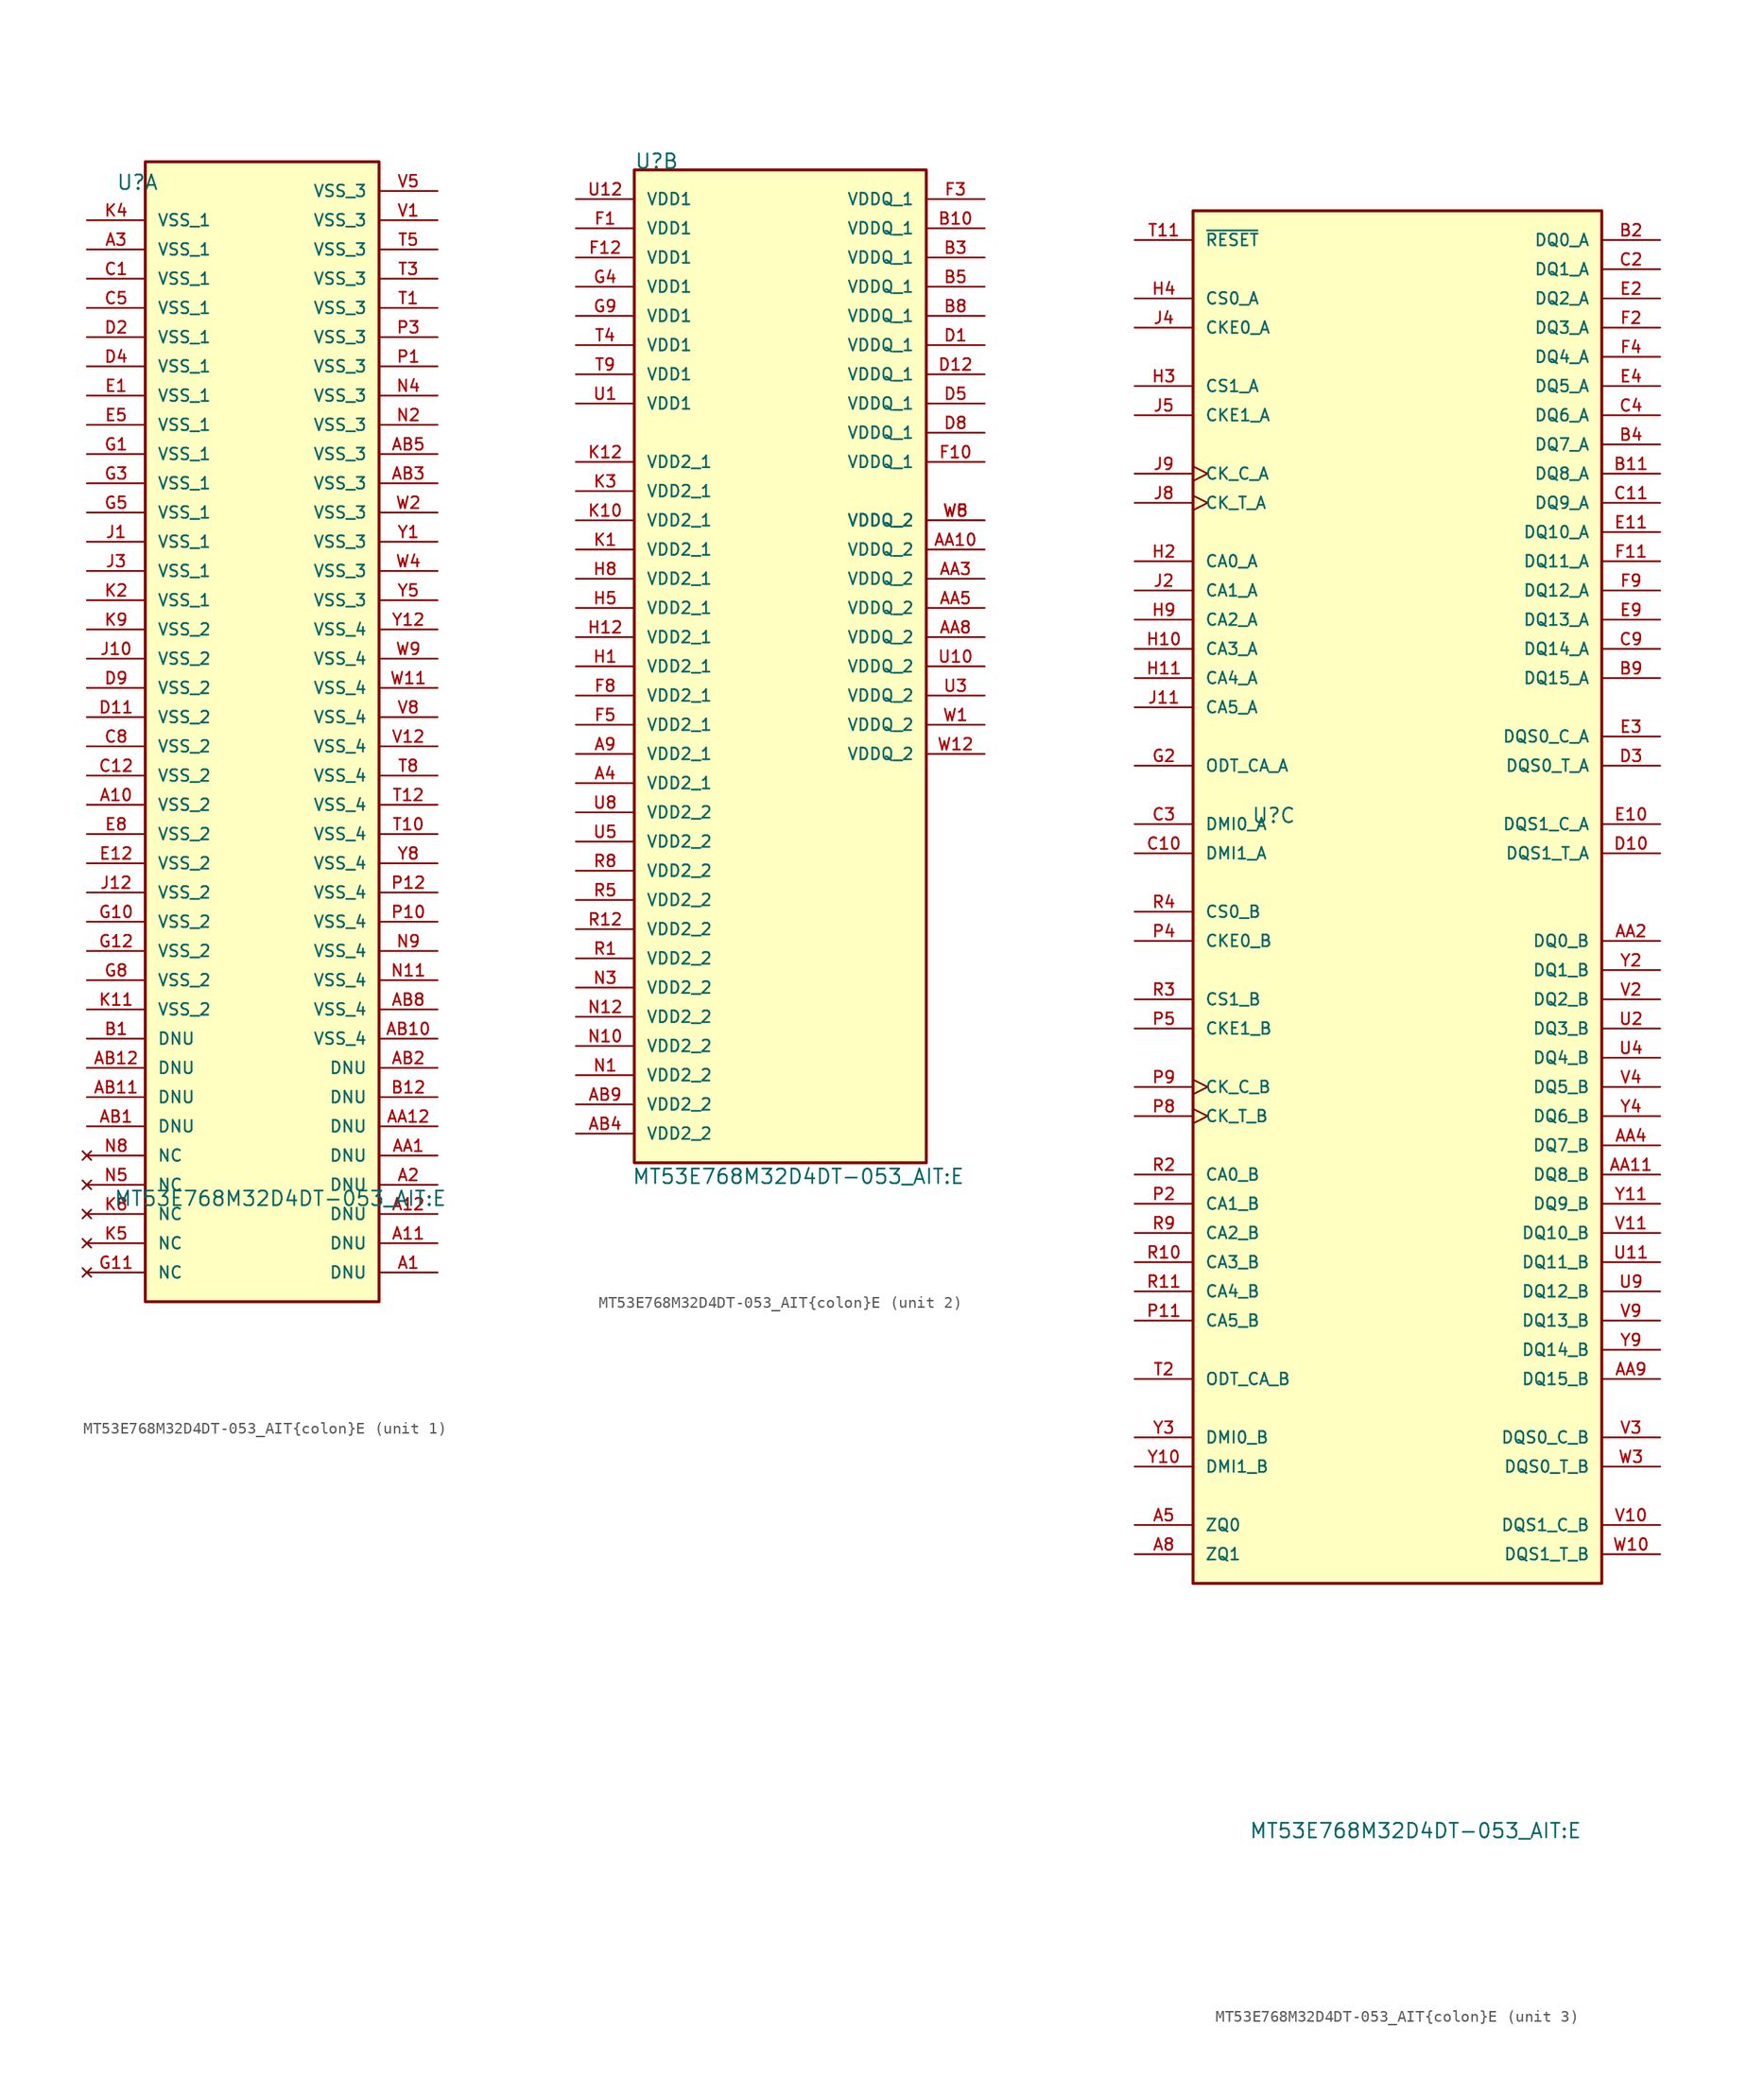
<source format=kicad_sym>
(kicad_symbol_lib
  (version 20220914)
  (generator kicad_symbol_editor)
  (symbol "MT53E768M32D4DT-053_AIT{colon}E"
    (pin_names
      (offset 1.016))
    (property "Reference" "U"
      (at -12.7 5.08 0)
      (effects (font (size 1.27 1.27)) (justify left bottom)))
    (property "Value" "MT53E768M32D4DT-053_AIT{colon}E"
      (at -12.918 -81.729 0)
      (effects (font (size 1.27 1.27)) (justify left top)))
    (symbol "MT53E768M32D4DT-053_AIT{colon}E_1_0"
      (rectangle (start -10.16 7.62) (end 10.16 -91.44) (stroke (width 0.254) (type default)) (fill (type background)))
      (pin passive line (at 15.24 -88.9 180) (length 5.08) (name "DNU" (effects (font (size 1.016 1.016)))) (number "A1" (effects (font (size 1.016 1.016)))))
      (pin power_in line (at -15.24 -48.26 0) (length 5.08) (name "VSS_2" (effects (font (size 1.016 1.016)))) (number "A10" (effects (font (size 1.016 1.016)))))
      (pin passive line (at 15.24 -86.36 180) (length 5.08) (name "DNU" (effects (font (size 1.016 1.016)))) (number "A11" (effects (font (size 1.016 1.016)))))
      (pin passive line (at 15.24 -83.82 180) (length 5.08) (name "DNU" (effects (font (size 1.016 1.016)))) (number "A12" (effects (font (size 1.016 1.016)))))
      (pin passive line (at 15.24 -81.28 180) (length 5.08) (name "DNU" (effects (font (size 1.016 1.016)))) (number "A2" (effects (font (size 1.016 1.016)))))
      (pin power_in line (at -15.24 0 0) (length 5.08) (name "VSS_1" (effects (font (size 1.016 1.016)))) (number "A3" (effects (font (size 1.016 1.016)))))
      (pin passive line (at 15.24 -78.74 180) (length 5.08) (name "DNU" (effects (font (size 1.016 1.016)))) (number "AA1" (effects (font (size 1.016 1.016)))))
      (pin passive line (at 15.24 -76.2 180) (length 5.08) (name "DNU" (effects (font (size 1.016 1.016)))) (number "AA12" (effects (font (size 1.016 1.016)))))
      (pin passive line (at -15.24 -76.2 0) (length 5.08) (name "DNU" (effects (font (size 1.016 1.016)))) (number "AB1" (effects (font (size 1.016 1.016)))))
      (pin power_in line (at 15.24 -68.58 180) (length 5.08) (name "VSS_4" (effects (font (size 1.016 1.016)))) (number "AB10" (effects (font (size 1.016 1.016)))))
      (pin passive line (at -15.24 -73.66 0) (length 5.08) (name "DNU" (effects (font (size 1.016 1.016)))) (number "AB11" (effects (font (size 1.016 1.016)))))
      (pin passive line (at -15.24 -71.12 0) (length 5.08) (name "DNU" (effects (font (size 1.016 1.016)))) (number "AB12" (effects (font (size 1.016 1.016)))))
      (pin passive line (at 15.24 -71.12 180) (length 5.08) (name "DNU" (effects (font (size 1.016 1.016)))) (number "AB2" (effects (font (size 1.016 1.016)))))
      (pin power_in line (at 15.24 -20.32 180) (length 5.08) (name "VSS_3" (effects (font (size 1.016 1.016)))) (number "AB3" (effects (font (size 1.016 1.016)))))
      (pin power_in line (at 15.24 -17.78 180) (length 5.08) (name "VSS_3" (effects (font (size 1.016 1.016)))) (number "AB5" (effects (font (size 1.016 1.016)))))
      (pin power_in line (at 15.24 -66.04 180) (length 5.08) (name "VSS_4" (effects (font (size 1.016 1.016)))) (number "AB8" (effects (font (size 1.016 1.016)))))
      (pin passive line (at -15.24 -68.58 0) (length 5.08) (name "DNU" (effects (font (size 1.016 1.016)))) (number "B1" (effects (font (size 1.016 1.016)))))
      (pin passive line (at 15.24 -73.66 180) (length 5.08) (name "DNU" (effects (font (size 1.016 1.016)))) (number "B12" (effects (font (size 1.016 1.016)))))
      (pin power_in line (at -15.24 -2.54 0) (length 5.08) (name "VSS_1" (effects (font (size 1.016 1.016)))) (number "C1" (effects (font (size 1.016 1.016)))))
      (pin power_in line (at -15.24 -45.72 0) (length 5.08) (name "VSS_2" (effects (font (size 1.016 1.016)))) (number "C12" (effects (font (size 1.016 1.016)))))
      (pin power_in line (at -15.24 -5.08 0) (length 5.08) (name "VSS_1" (effects (font (size 1.016 1.016)))) (number "C5" (effects (font (size 1.016 1.016)))))
      (pin power_in line (at -15.24 -43.18 0) (length 5.08) (name "VSS_2" (effects (font (size 1.016 1.016)))) (number "C8" (effects (font (size 1.016 1.016)))))
      (pin power_in line (at -15.24 -40.64 0) (length 5.08) (name "VSS_2" (effects (font (size 1.016 1.016)))) (number "D11" (effects (font (size 1.016 1.016)))))
      (pin power_in line (at -15.24 -7.62 0) (length 5.08) (name "VSS_1" (effects (font (size 1.016 1.016)))) (number "D2" (effects (font (size 1.016 1.016)))))
      (pin power_in line (at -15.24 -10.16 0) (length 5.08) (name "VSS_1" (effects (font (size 1.016 1.016)))) (number "D4" (effects (font (size 1.016 1.016)))))
      (pin power_in line (at -15.24 -38.1 0) (length 5.08) (name "VSS_2" (effects (font (size 1.016 1.016)))) (number "D9" (effects (font (size 1.016 1.016)))))
      (pin power_in line (at -15.24 -12.7 0) (length 5.08) (name "VSS_1" (effects (font (size 1.016 1.016)))) (number "E1" (effects (font (size 1.016 1.016)))))
      (pin power_in line (at -15.24 -53.34 0) (length 5.08) (name "VSS_2" (effects (font (size 1.016 1.016)))) (number "E12" (effects (font (size 1.016 1.016)))))
      (pin power_in line (at -15.24 -15.24 0) (length 5.08) (name "VSS_1" (effects (font (size 1.016 1.016)))) (number "E5" (effects (font (size 1.016 1.016)))))
      (pin power_in line (at -15.24 -50.8 0) (length 5.08) (name "VSS_2" (effects (font (size 1.016 1.016)))) (number "E8" (effects (font (size 1.016 1.016)))))
      (pin power_in line (at -15.24 -17.78 0) (length 5.08) (name "VSS_1" (effects (font (size 1.016 1.016)))) (number "G1" (effects (font (size 1.016 1.016)))))
      (pin power_in line (at -15.24 -58.42 0) (length 5.08) (name "VSS_2" (effects (font (size 1.016 1.016)))) (number "G10" (effects (font (size 1.016 1.016)))))
      (pin no_connect line (at -15.24 -88.9 0) (length 5.08) (name "NC" (effects (font (size 1.016 1.016)))) (number "G11" (effects (font (size 1.016 1.016)))))
      (pin power_in line (at -15.24 -60.96 0) (length 5.08) (name "VSS_2" (effects (font (size 1.016 1.016)))) (number "G12" (effects (font (size 1.016 1.016)))))
      (pin power_in line (at -15.24 -20.32 0) (length 5.08) (name "VSS_1" (effects (font (size 1.016 1.016)))) (number "G3" (effects (font (size 1.016 1.016)))))
      (pin power_in line (at -15.24 -22.86 0) (length 5.08) (name "VSS_1" (effects (font (size 1.016 1.016)))) (number "G5" (effects (font (size 1.016 1.016)))))
      (pin power_in line (at -15.24 -63.5 0) (length 5.08) (name "VSS_2" (effects (font (size 1.016 1.016)))) (number "G8" (effects (font (size 1.016 1.016)))))
      (pin power_in line (at -15.24 -25.4 0) (length 5.08) (name "VSS_1" (effects (font (size 1.016 1.016)))) (number "J1" (effects (font (size 1.016 1.016)))))
      (pin power_in line (at -15.24 -35.56 0) (length 5.08) (name "VSS_2" (effects (font (size 1.016 1.016)))) (number "J10" (effects (font (size 1.016 1.016)))))
      (pin power_in line (at -15.24 -55.88 0) (length 5.08) (name "VSS_2" (effects (font (size 1.016 1.016)))) (number "J12" (effects (font (size 1.016 1.016)))))
      (pin power_in line (at -15.24 -27.94 0) (length 5.08) (name "VSS_1" (effects (font (size 1.016 1.016)))) (number "J3" (effects (font (size 1.016 1.016)))))
      (pin power_in line (at -15.24 -66.04 0) (length 5.08) (name "VSS_2" (effects (font (size 1.016 1.016)))) (number "K11" (effects (font (size 1.016 1.016)))))
      (pin power_in line (at -15.24 -30.48 0) (length 5.08) (name "VSS_1" (effects (font (size 1.016 1.016)))) (number "K2" (effects (font (size 1.016 1.016)))))
      (pin power_in line (at -15.24 2.54 0) (length 5.08) (name "VSS_1" (effects (font (size 1.016 1.016)))) (number "K4" (effects (font (size 1.016 1.016)))))
      (pin no_connect line (at -15.24 -86.36 0) (length 5.08) (name "NC" (effects (font (size 1.016 1.016)))) (number "K5" (effects (font (size 1.016 1.016)))))
      (pin no_connect line (at -15.24 -83.82 0) (length 5.08) (name "NC" (effects (font (size 1.016 1.016)))) (number "K8" (effects (font (size 1.016 1.016)))))
      (pin power_in line (at -15.24 -33.02 0) (length 5.08) (name "VSS_2" (effects (font (size 1.016 1.016)))) (number "K9" (effects (font (size 1.016 1.016)))))
      (pin power_in line (at 15.24 -63.5 180) (length 5.08) (name "VSS_4" (effects (font (size 1.016 1.016)))) (number "N11" (effects (font (size 1.016 1.016)))))
      (pin power_in line (at 15.24 -15.24 180) (length 5.08) (name "VSS_3" (effects (font (size 1.016 1.016)))) (number "N2" (effects (font (size 1.016 1.016)))))
      (pin power_in line (at 15.24 -12.7 180) (length 5.08) (name "VSS_3" (effects (font (size 1.016 1.016)))) (number "N4" (effects (font (size 1.016 1.016)))))
      (pin no_connect line (at -15.24 -81.28 0) (length 5.08) (name "NC" (effects (font (size 1.016 1.016)))) (number "N5" (effects (font (size 1.016 1.016)))))
      (pin no_connect line (at -15.24 -78.74 0) (length 5.08) (name "NC" (effects (font (size 1.016 1.016)))) (number "N8" (effects (font (size 1.016 1.016)))))
      (pin power_in line (at 15.24 -60.96 180) (length 5.08) (name "VSS_4" (effects (font (size 1.016 1.016)))) (number "N9" (effects (font (size 1.016 1.016)))))
      (pin power_in line (at 15.24 -10.16 180) (length 5.08) (name "VSS_3" (effects (font (size 1.016 1.016)))) (number "P1" (effects (font (size 1.016 1.016)))))
      (pin power_in line (at 15.24 -58.42 180) (length 5.08) (name "VSS_4" (effects (font (size 1.016 1.016)))) (number "P10" (effects (font (size 1.016 1.016)))))
      (pin power_in line (at 15.24 -55.88 180) (length 5.08) (name "VSS_4" (effects (font (size 1.016 1.016)))) (number "P12" (effects (font (size 1.016 1.016)))))
      (pin power_in line (at 15.24 -7.62 180) (length 5.08) (name "VSS_3" (effects (font (size 1.016 1.016)))) (number "P3" (effects (font (size 1.016 1.016)))))
      (pin power_in line (at 15.24 -5.08 180) (length 5.08) (name "VSS_3" (effects (font (size 1.016 1.016)))) (number "T1" (effects (font (size 1.016 1.016)))))
      (pin power_in line (at 15.24 -50.8 180) (length 5.08) (name "VSS_4" (effects (font (size 1.016 1.016)))) (number "T10" (effects (font (size 1.016 1.016)))))
      (pin power_in line (at 15.24 -48.26 180) (length 5.08) (name "VSS_4" (effects (font (size 1.016 1.016)))) (number "T12" (effects (font (size 1.016 1.016)))))
      (pin power_in line (at 15.24 -2.54 180) (length 5.08) (name "VSS_3" (effects (font (size 1.016 1.016)))) (number "T3" (effects (font (size 1.016 1.016)))))
      (pin power_in line (at 15.24 0 180) (length 5.08) (name "VSS_3" (effects (font (size 1.016 1.016)))) (number "T5" (effects (font (size 1.016 1.016)))))
      (pin power_in line (at 15.24 -45.72 180) (length 5.08) (name "VSS_4" (effects (font (size 1.016 1.016)))) (number "T8" (effects (font (size 1.016 1.016)))))
      (pin power_in line (at 15.24 2.54 180) (length 5.08) (name "VSS_3" (effects (font (size 1.016 1.016)))) (number "V1" (effects (font (size 1.016 1.016)))))
      (pin power_in line (at 15.24 -43.18 180) (length 5.08) (name "VSS_4" (effects (font (size 1.016 1.016)))) (number "V12" (effects (font (size 1.016 1.016)))))
      (pin power_in line (at 15.24 5.08 180) (length 5.08) (name "VSS_3" (effects (font (size 1.016 1.016)))) (number "V5" (effects (font (size 1.016 1.016)))))
      (pin power_in line (at 15.24 -40.64 180) (length 5.08) (name "VSS_4" (effects (font (size 1.016 1.016)))) (number "V8" (effects (font (size 1.016 1.016)))))
      (pin power_in line (at 15.24 -38.1 180) (length 5.08) (name "VSS_4" (effects (font (size 1.016 1.016)))) (number "W11" (effects (font (size 1.016 1.016)))))
      (pin power_in line (at 15.24 -22.86 180) (length 5.08) (name "VSS_3" (effects (font (size 1.016 1.016)))) (number "W2" (effects (font (size 1.016 1.016)))))
      (pin power_in line (at 15.24 -27.94 180) (length 5.08) (name "VSS_3" (effects (font (size 1.016 1.016)))) (number "W4" (effects (font (size 1.016 1.016)))))
      (pin power_in line (at 15.24 -35.56 180) (length 5.08) (name "VSS_4" (effects (font (size 1.016 1.016)))) (number "W9" (effects (font (size 1.016 1.016)))))
      (pin power_in line (at 15.24 -25.4 180) (length 5.08) (name "VSS_3" (effects (font (size 1.016 1.016)))) (number "Y1" (effects (font (size 1.016 1.016)))))
      (pin power_in line (at 15.24 -33.02 180) (length 5.08) (name "VSS_4" (effects (font (size 1.016 1.016)))) (number "Y12" (effects (font (size 1.016 1.016)))))
      (pin power_in line (at 15.24 -30.48 180) (length 5.08) (name "VSS_3" (effects (font (size 1.016 1.016)))) (number "Y5" (effects (font (size 1.016 1.016)))))
      (pin power_in line (at 15.24 -53.34 180) (length 5.08) (name "VSS_4" (effects (font (size 1.016 1.016)))) (number "Y8" (effects (font (size 1.016 1.016))))))
    (symbol "MT53E768M32D4DT-053_AIT{colon}E_2_0"
      (rectangle (start -12.7 5.08) (end 12.7 -81.28) (stroke (width 0.254) (type default)) (fill (type background)))
      (pin power_in line (at -17.78 -48.26 0) (length 5.08) (name "VDD2_1" (effects (font (size 1.016 1.016)))) (number "A4" (effects (font (size 1.016 1.016)))))
      (pin power_in line (at -17.78 -45.72 0) (length 5.08) (name "VDD2_1" (effects (font (size 1.016 1.016)))) (number "A9" (effects (font (size 1.016 1.016)))))
      (pin power_in line (at 17.78 -27.94 180) (length 5.08) (name "VDDQ_2" (effects (font (size 1.016 1.016)))) (number "AA10" (effects (font (size 1.016 1.016)))))
      (pin power_in line (at 17.78 -30.48 180) (length 5.08) (name "VDDQ_2" (effects (font (size 1.016 1.016)))) (number "AA3" (effects (font (size 1.016 1.016)))))
      (pin power_in line (at 17.78 -33.02 180) (length 5.08) (name "VDDQ_2" (effects (font (size 1.016 1.016)))) (number "AA5" (effects (font (size 1.016 1.016)))))
      (pin power_in line (at 17.78 -35.56 180) (length 5.08) (name "VDDQ_2" (effects (font (size 1.016 1.016)))) (number "AA8" (effects (font (size 1.016 1.016)))))
      (pin power_in line (at -17.78 -78.74 0) (length 5.08) (name "VDD2_2" (effects (font (size 1.016 1.016)))) (number "AB4" (effects (font (size 1.016 1.016)))))
      (pin power_in line (at -17.78 -76.2 0) (length 5.08) (name "VDD2_2" (effects (font (size 1.016 1.016)))) (number "AB9" (effects (font (size 1.016 1.016)))))
      (pin power_in line (at 17.78 0 180) (length 5.08) (name "VDDQ_1" (effects (font (size 1.016 1.016)))) (number "B10" (effects (font (size 1.016 1.016)))))
      (pin power_in line (at 17.78 -2.54 180) (length 5.08) (name "VDDQ_1" (effects (font (size 1.016 1.016)))) (number "B3" (effects (font (size 1.016 1.016)))))
      (pin power_in line (at 17.78 -5.08 180) (length 5.08) (name "VDDQ_1" (effects (font (size 1.016 1.016)))) (number "B5" (effects (font (size 1.016 1.016)))))
      (pin power_in line (at 17.78 -7.62 180) (length 5.08) (name "VDDQ_1" (effects (font (size 1.016 1.016)))) (number "B8" (effects (font (size 1.016 1.016)))))
      (pin power_in line (at 17.78 -10.16 180) (length 5.08) (name "VDDQ_1" (effects (font (size 1.016 1.016)))) (number "D1" (effects (font (size 1.016 1.016)))))
      (pin power_in line (at 17.78 -12.7 180) (length 5.08) (name "VDDQ_1" (effects (font (size 1.016 1.016)))) (number "D12" (effects (font (size 1.016 1.016)))))
      (pin power_in line (at 17.78 -15.24 180) (length 5.08) (name "VDDQ_1" (effects (font (size 1.016 1.016)))) (number "D5" (effects (font (size 1.016 1.016)))))
      (pin power_in line (at 17.78 -17.78 180) (length 5.08) (name "VDDQ_1" (effects (font (size 1.016 1.016)))) (number "D8" (effects (font (size 1.016 1.016)))))
      (pin power_in line (at -17.78 0 0) (length 5.08) (name "VDD1" (effects (font (size 1.016 1.016)))) (number "F1" (effects (font (size 1.016 1.016)))))
      (pin power_in line (at 17.78 -20.32 180) (length 5.08) (name "VDDQ_1" (effects (font (size 1.016 1.016)))) (number "F10" (effects (font (size 1.016 1.016)))))
      (pin power_in line (at -17.78 -2.54 0) (length 5.08) (name "VDD1" (effects (font (size 1.016 1.016)))) (number "F12" (effects (font (size 1.016 1.016)))))
      (pin power_in line (at 17.78 2.54 180) (length 5.08) (name "VDDQ_1" (effects (font (size 1.016 1.016)))) (number "F3" (effects (font (size 1.016 1.016)))))
      (pin power_in line (at -17.78 -43.18 0) (length 5.08) (name "VDD2_1" (effects (font (size 1.016 1.016)))) (number "F5" (effects (font (size 1.016 1.016)))))
      (pin power_in line (at -17.78 -40.64 0) (length 5.08) (name "VDD2_1" (effects (font (size 1.016 1.016)))) (number "F8" (effects (font (size 1.016 1.016)))))
      (pin power_in line (at -17.78 -5.08 0) (length 5.08) (name "VDD1" (effects (font (size 1.016 1.016)))) (number "G4" (effects (font (size 1.016 1.016)))))
      (pin power_in line (at -17.78 -7.62 0) (length 5.08) (name "VDD1" (effects (font (size 1.016 1.016)))) (number "G9" (effects (font (size 1.016 1.016)))))
      (pin power_in line (at -17.78 -38.1 0) (length 5.08) (name "VDD2_1" (effects (font (size 1.016 1.016)))) (number "H1" (effects (font (size 1.016 1.016)))))
      (pin power_in line (at -17.78 -35.56 0) (length 5.08) (name "VDD2_1" (effects (font (size 1.016 1.016)))) (number "H12" (effects (font (size 1.016 1.016)))))
      (pin power_in line (at -17.78 -33.02 0) (length 5.08) (name "VDD2_1" (effects (font (size 1.016 1.016)))) (number "H5" (effects (font (size 1.016 1.016)))))
      (pin power_in line (at -17.78 -30.48 0) (length 5.08) (name "VDD2_1" (effects (font (size 1.016 1.016)))) (number "H8" (effects (font (size 1.016 1.016)))))
      (pin power_in line (at -17.78 -27.94 0) (length 5.08) (name "VDD2_1" (effects (font (size 1.016 1.016)))) (number "K1" (effects (font (size 1.016 1.016)))))
      (pin power_in line (at -17.78 -25.4 0) (length 5.08) (name "VDD2_1" (effects (font (size 1.016 1.016)))) (number "K10" (effects (font (size 1.016 1.016)))))
      (pin power_in line (at -17.78 -20.32 0) (length 5.08) (name "VDD2_1" (effects (font (size 1.016 1.016)))) (number "K12" (effects (font (size 1.016 1.016)))))
      (pin power_in line (at -17.78 -22.86 0) (length 5.08) (name "VDD2_1" (effects (font (size 1.016 1.016)))) (number "K3" (effects (font (size 1.016 1.016)))))
      (pin power_in line (at -17.78 -73.66 0) (length 5.08) (name "VDD2_2" (effects (font (size 1.016 1.016)))) (number "N1" (effects (font (size 1.016 1.016)))))
      (pin power_in line (at -17.78 -71.12 0) (length 5.08) (name "VDD2_2" (effects (font (size 1.016 1.016)))) (number "N10" (effects (font (size 1.016 1.016)))))
      (pin power_in line (at -17.78 -68.58 0) (length 5.08) (name "VDD2_2" (effects (font (size 1.016 1.016)))) (number "N12" (effects (font (size 1.016 1.016)))))
      (pin power_in line (at -17.78 -66.04 0) (length 5.08) (name "VDD2_2" (effects (font (size 1.016 1.016)))) (number "N3" (effects (font (size 1.016 1.016)))))
      (pin power_in line (at -17.78 -63.5 0) (length 5.08) (name "VDD2_2" (effects (font (size 1.016 1.016)))) (number "R1" (effects (font (size 1.016 1.016)))))
      (pin power_in line (at -17.78 -60.96 0) (length 5.08) (name "VDD2_2" (effects (font (size 1.016 1.016)))) (number "R12" (effects (font (size 1.016 1.016)))))
      (pin power_in line (at -17.78 -58.42 0) (length 5.08) (name "VDD2_2" (effects (font (size 1.016 1.016)))) (number "R5" (effects (font (size 1.016 1.016)))))
      (pin power_in line (at -17.78 -55.88 0) (length 5.08) (name "VDD2_2" (effects (font (size 1.016 1.016)))) (number "R8" (effects (font (size 1.016 1.016)))))
      (pin power_in line (at -17.78 -10.16 0) (length 5.08) (name "VDD1" (effects (font (size 1.016 1.016)))) (number "T4" (effects (font (size 1.016 1.016)))))
      (pin power_in line (at -17.78 -12.7 0) (length 5.08) (name "VDD1" (effects (font (size 1.016 1.016)))) (number "T9" (effects (font (size 1.016 1.016)))))
      (pin power_in line (at -17.78 -15.24 0) (length 5.08) (name "VDD1" (effects (font (size 1.016 1.016)))) (number "U1" (effects (font (size 1.016 1.016)))))
      (pin power_in line (at 17.78 -38.1 180) (length 5.08) (name "VDDQ_2" (effects (font (size 1.016 1.016)))) (number "U10" (effects (font (size 1.016 1.016)))))
      (pin power_in line (at -17.78 2.54 0) (length 5.08) (name "VDD1" (effects (font (size 1.016 1.016)))) (number "U12" (effects (font (size 1.016 1.016)))))
      (pin power_in line (at 17.78 -40.64 180) (length 5.08) (name "VDDQ_2" (effects (font (size 1.016 1.016)))) (number "U3" (effects (font (size 1.016 1.016)))))
      (pin power_in line (at -17.78 -53.34 0) (length 5.08) (name "VDD2_2" (effects (font (size 1.016 1.016)))) (number "U5" (effects (font (size 1.016 1.016)))))
      (pin power_in line (at -17.78 -50.8 0) (length 5.08) (name "VDD2_2" (effects (font (size 1.016 1.016)))) (number "U8" (effects (font (size 1.016 1.016)))))
      (pin power_in line (at 17.78 -43.18 180) (length 5.08) (name "VDDQ_2" (effects (font (size 1.016 1.016)))) (number "W1" (effects (font (size 1.016 1.016)))))
      (pin power_in line (at 17.78 -45.72 180) (length 5.08) (name "VDDQ_2" (effects (font (size 1.016 1.016)))) (number "W12" (effects (font (size 1.016 1.016)))))
      (pin power_in line (at 17.78 -25.4 180) (length 5.08) (name "VDDQ_2" (effects (font (size 1.016 1.016)))) (number "W5" (effects (font (size 1.016 1.016)))))
      (pin power_in line (at 17.78 -25.4 180) (length 5.08) (name "VDDQ_2" (effects (font (size 1.016 1.016)))) (number "W8" (effects (font (size 1.016 1.016))))))
    (symbol "MT53E768M32D4DT-053_AIT{colon}E_3_0"
      (rectangle (start -17.78 -60.96) (end 17.78 58.42) (stroke (width 0.254) (type default)) (fill (type background)))
      (pin passive line (at -22.86 -55.88 0) (length 5.08) (name "ZQ0" (effects (font (size 1.016 1.016)))) (number "A5" (effects (font (size 1.016 1.016)))))
      (pin passive line (at -22.86 -58.42 0) (length 5.08) (name "ZQ1" (effects (font (size 1.016 1.016)))) (number "A8" (effects (font (size 1.016 1.016)))))
      (pin bidirectional line (at 22.86 -25.4 180) (length 5.08) (name "DQ8_B" (effects (font (size 1.016 1.016)))) (number "AA11" (effects (font (size 1.016 1.016)))))
      (pin bidirectional line (at 22.86 -5.08 180) (length 5.08) (name "DQ0_B" (effects (font (size 1.016 1.016)))) (number "AA2" (effects (font (size 1.016 1.016)))))
      (pin bidirectional line (at 22.86 -22.86 180) (length 5.08) (name "DQ7_B" (effects (font (size 1.016 1.016)))) (number "AA4" (effects (font (size 1.016 1.016)))))
      (pin bidirectional line (at 22.86 -43.18 180) (length 5.08) (name "DQ15_B" (effects (font (size 1.016 1.016)))) (number "AA9" (effects (font (size 1.016 1.016)))))
      (pin bidirectional line (at 22.86 35.56 180) (length 5.08) (name "DQ8_A" (effects (font (size 1.016 1.016)))) (number "B11" (effects (font (size 1.016 1.016)))))
      (pin bidirectional line (at 22.86 55.88 180) (length 5.08) (name "DQ0_A" (effects (font (size 1.016 1.016)))) (number "B2" (effects (font (size 1.016 1.016)))))
      (pin bidirectional line (at 22.86 38.1 180) (length 5.08) (name "DQ7_A" (effects (font (size 1.016 1.016)))) (number "B4" (effects (font (size 1.016 1.016)))))
      (pin bidirectional line (at 22.86 17.78 180) (length 5.08) (name "DQ15_A" (effects (font (size 1.016 1.016)))) (number "B9" (effects (font (size 1.016 1.016)))))
      (pin bidirectional line (at -22.86 2.54 0) (length 5.08) (name "DMI1_A" (effects (font (size 1.016 1.016)))) (number "C10" (effects (font (size 1.016 1.016)))))
      (pin bidirectional line (at 22.86 33.02 180) (length 5.08) (name "DQ9_A" (effects (font (size 1.016 1.016)))) (number "C11" (effects (font (size 1.016 1.016)))))
      (pin bidirectional line (at 22.86 53.34 180) (length 5.08) (name "DQ1_A" (effects (font (size 1.016 1.016)))) (number "C2" (effects (font (size 1.016 1.016)))))
      (pin bidirectional line (at -22.86 5.08 0) (length 5.08) (name "DMI0_A" (effects (font (size 1.016 1.016)))) (number "C3" (effects (font (size 1.016 1.016)))))
      (pin bidirectional line (at 22.86 40.64 180) (length 5.08) (name "DQ6_A" (effects (font (size 1.016 1.016)))) (number "C4" (effects (font (size 1.016 1.016)))))
      (pin bidirectional line (at 22.86 20.32 180) (length 5.08) (name "DQ14_A" (effects (font (size 1.016 1.016)))) (number "C9" (effects (font (size 1.016 1.016)))))
      (pin bidirectional line (at 22.86 2.54 180) (length 5.08) (name "DQS1_T_A" (effects (font (size 1.016 1.016)))) (number "D10" (effects (font (size 1.016 1.016)))))
      (pin bidirectional line (at 22.86 10.16 180) (length 5.08) (name "DQS0_T_A" (effects (font (size 1.016 1.016)))) (number "D3" (effects (font (size 1.016 1.016)))))
      (pin bidirectional line (at 22.86 5.08 180) (length 5.08) (name "DQS1_C_A" (effects (font (size 1.016 1.016)))) (number "E10" (effects (font (size 1.016 1.016)))))
      (pin bidirectional line (at 22.86 30.48 180) (length 5.08) (name "DQ10_A" (effects (font (size 1.016 1.016)))) (number "E11" (effects (font (size 1.016 1.016)))))
      (pin bidirectional line (at 22.86 50.8 180) (length 5.08) (name "DQ2_A" (effects (font (size 1.016 1.016)))) (number "E2" (effects (font (size 1.016 1.016)))))
      (pin bidirectional line (at 22.86 12.7 180) (length 5.08) (name "DQS0_C_A" (effects (font (size 1.016 1.016)))) (number "E3" (effects (font (size 1.016 1.016)))))
      (pin bidirectional line (at 22.86 43.18 180) (length 5.08) (name "DQ5_A" (effects (font (size 1.016 1.016)))) (number "E4" (effects (font (size 1.016 1.016)))))
      (pin bidirectional line (at 22.86 22.86 180) (length 5.08) (name "DQ13_A" (effects (font (size 1.016 1.016)))) (number "E9" (effects (font (size 1.016 1.016)))))
      (pin bidirectional line (at 22.86 27.94 180) (length 5.08) (name "DQ11_A" (effects (font (size 1.016 1.016)))) (number "F11" (effects (font (size 1.016 1.016)))))
      (pin bidirectional line (at 22.86 48.26 180) (length 5.08) (name "DQ3_A" (effects (font (size 1.016 1.016)))) (number "F2" (effects (font (size 1.016 1.016)))))
      (pin bidirectional line (at 22.86 45.72 180) (length 5.08) (name "DQ4_A" (effects (font (size 1.016 1.016)))) (number "F4" (effects (font (size 1.016 1.016)))))
      (pin bidirectional line (at 22.86 25.4 180) (length 5.08) (name "DQ12_A" (effects (font (size 1.016 1.016)))) (number "F9" (effects (font (size 1.016 1.016)))))
      (pin input line (at -22.86 10.16 0) (length 5.08) (name "ODT_CA_A" (effects (font (size 1.016 1.016)))) (number "G2" (effects (font (size 1.016 1.016)))))
      (pin input line (at -22.86 20.32 0) (length 5.08) (name "CA3_A" (effects (font (size 1.016 1.016)))) (number "H10" (effects (font (size 1.016 1.016)))))
      (pin input line (at -22.86 17.78 0) (length 5.08) (name "CA4_A" (effects (font (size 1.016 1.016)))) (number "H11" (effects (font (size 1.016 1.016)))))
      (pin input line (at -22.86 27.94 0) (length 5.08) (name "CA0_A" (effects (font (size 1.016 1.016)))) (number "H2" (effects (font (size 1.016 1.016)))))
      (pin input line (at -22.86 43.18 0) (length 5.08) (name "CS1_A" (effects (font (size 1.016 1.016)))) (number "H3" (effects (font (size 1.016 1.016)))))
      (pin input line (at -22.86 50.8 0) (length 5.08) (name "CS0_A" (effects (font (size 1.016 1.016)))) (number "H4" (effects (font (size 1.016 1.016)))))
      (pin input line (at -22.86 22.86 0) (length 5.08) (name "CA2_A" (effects (font (size 1.016 1.016)))) (number "H9" (effects (font (size 1.016 1.016)))))
      (pin input line (at -22.86 15.24 0) (length 5.08) (name "CA5_A" (effects (font (size 1.016 1.016)))) (number "J11" (effects (font (size 1.016 1.016)))))
      (pin input line (at -22.86 25.4 0) (length 5.08) (name "CA1_A" (effects (font (size 1.016 1.016)))) (number "J2" (effects (font (size 1.016 1.016)))))
      (pin input line (at -22.86 48.26 0) (length 5.08) (name "CKE0_A" (effects (font (size 1.016 1.016)))) (number "J4" (effects (font (size 1.016 1.016)))))
      (pin input line (at -22.86 40.64 0) (length 5.08) (name "CKE1_A" (effects (font (size 1.016 1.016)))) (number "J5" (effects (font (size 1.016 1.016)))))
      (pin input clock (at -22.86 33.02 0) (length 5.08) (name "CK_T_A" (effects (font (size 1.016 1.016)))) (number "J8" (effects (font (size 1.016 1.016)))))
      (pin input clock (at -22.86 35.56 0) (length 5.08) (name "CK_C_A" (effects (font (size 1.016 1.016)))) (number "J9" (effects (font (size 1.016 1.016)))))
      (pin input line (at -22.86 -38.1 0) (length 5.08) (name "CA5_B" (effects (font (size 1.016 1.016)))) (number "P11" (effects (font (size 1.016 1.016)))))
      (pin input line (at -22.86 -27.94 0) (length 5.08) (name "CA1_B" (effects (font (size 1.016 1.016)))) (number "P2" (effects (font (size 1.016 1.016)))))
      (pin input line (at -22.86 -5.08 0) (length 5.08) (name "CKE0_B" (effects (font (size 1.016 1.016)))) (number "P4" (effects (font (size 1.016 1.016)))))
      (pin input line (at -22.86 -12.7 0) (length 5.08) (name "CKE1_B" (effects (font (size 1.016 1.016)))) (number "P5" (effects (font (size 1.016 1.016)))))
      (pin input clock (at -22.86 -20.32 0) (length 5.08) (name "CK_T_B" (effects (font (size 1.016 1.016)))) (number "P8" (effects (font (size 1.016 1.016)))))
      (pin input clock (at -22.86 -17.78 0) (length 5.08) (name "CK_C_B" (effects (font (size 1.016 1.016)))) (number "P9" (effects (font (size 1.016 1.016)))))
      (pin input line (at -22.86 -33.02 0) (length 5.08) (name "CA3_B" (effects (font (size 1.016 1.016)))) (number "R10" (effects (font (size 1.016 1.016)))))
      (pin input line (at -22.86 -35.56 0) (length 5.08) (name "CA4_B" (effects (font (size 1.016 1.016)))) (number "R11" (effects (font (size 1.016 1.016)))))
      (pin input line (at -22.86 -25.4 0) (length 5.08) (name "CA0_B" (effects (font (size 1.016 1.016)))) (number "R2" (effects (font (size 1.016 1.016)))))
      (pin input line (at -22.86 -10.16 0) (length 5.08) (name "CS1_B" (effects (font (size 1.016 1.016)))) (number "R3" (effects (font (size 1.016 1.016)))))
      (pin input line (at -22.86 -2.54 0) (length 5.08) (name "CS0_B" (effects (font (size 1.016 1.016)))) (number "R4" (effects (font (size 1.016 1.016)))))
      (pin input line (at -22.86 -30.48 0) (length 5.08) (name "CA2_B" (effects (font (size 1.016 1.016)))) (number "R9" (effects (font (size 1.016 1.016)))))
      (pin input line (at -22.86 55.88 0) (length 5.08) (name "~{RESET}" (effects (font (size 1.016 1.016)))) (number "T11" (effects (font (size 1.016 1.016)))))
      (pin input line (at -22.86 -43.18 0) (length 5.08) (name "ODT_CA_B" (effects (font (size 1.016 1.016)))) (number "T2" (effects (font (size 1.016 1.016)))))
      (pin bidirectional line (at 22.86 -33.02 180) (length 5.08) (name "DQ11_B" (effects (font (size 1.016 1.016)))) (number "U11" (effects (font (size 1.016 1.016)))))
      (pin bidirectional line (at 22.86 -12.7 180) (length 5.08) (name "DQ3_B" (effects (font (size 1.016 1.016)))) (number "U2" (effects (font (size 1.016 1.016)))))
      (pin bidirectional line (at 22.86 -15.24 180) (length 5.08) (name "DQ4_B" (effects (font (size 1.016 1.016)))) (number "U4" (effects (font (size 1.016 1.016)))))
      (pin bidirectional line (at 22.86 -35.56 180) (length 5.08) (name "DQ12_B" (effects (font (size 1.016 1.016)))) (number "U9" (effects (font (size 1.016 1.016)))))
      (pin bidirectional line (at 22.86 -55.88 180) (length 5.08) (name "DQS1_C_B" (effects (font (size 1.016 1.016)))) (number "V10" (effects (font (size 1.016 1.016)))))
      (pin bidirectional line (at 22.86 -30.48 180) (length 5.08) (name "DQ10_B" (effects (font (size 1.016 1.016)))) (number "V11" (effects (font (size 1.016 1.016)))))
      (pin bidirectional line (at 22.86 -10.16 180) (length 5.08) (name "DQ2_B" (effects (font (size 1.016 1.016)))) (number "V2" (effects (font (size 1.016 1.016)))))
      (pin bidirectional line (at 22.86 -48.26 180) (length 5.08) (name "DQS0_C_B" (effects (font (size 1.016 1.016)))) (number "V3" (effects (font (size 1.016 1.016)))))
      (pin bidirectional line (at 22.86 -17.78 180) (length 5.08) (name "DQ5_B" (effects (font (size 1.016 1.016)))) (number "V4" (effects (font (size 1.016 1.016)))))
      (pin bidirectional line (at 22.86 -38.1 180) (length 5.08) (name "DQ13_B" (effects (font (size 1.016 1.016)))) (number "V9" (effects (font (size 1.016 1.016)))))
      (pin bidirectional line (at 22.86 -58.42 180) (length 5.08) (name "DQS1_T_B" (effects (font (size 1.016 1.016)))) (number "W10" (effects (font (size 1.016 1.016)))))
      (pin bidirectional line (at 22.86 -50.8 180) (length 5.08) (name "DQS0_T_B" (effects (font (size 1.016 1.016)))) (number "W3" (effects (font (size 1.016 1.016)))))
      (pin bidirectional line (at -22.86 -50.8 0) (length 5.08) (name "DMI1_B" (effects (font (size 1.016 1.016)))) (number "Y10" (effects (font (size 1.016 1.016)))))
      (pin bidirectional line (at 22.86 -27.94 180) (length 5.08) (name "DQ9_B" (effects (font (size 1.016 1.016)))) (number "Y11" (effects (font (size 1.016 1.016)))))
      (pin bidirectional line (at 22.86 -7.62 180) (length 5.08) (name "DQ1_B" (effects (font (size 1.016 1.016)))) (number "Y2" (effects (font (size 1.016 1.016)))))
      (pin bidirectional line (at -22.86 -48.26 0) (length 5.08) (name "DMI0_B" (effects (font (size 1.016 1.016)))) (number "Y3" (effects (font (size 1.016 1.016)))))
      (pin bidirectional line (at 22.86 -20.32 180) (length 5.08) (name "DQ6_B" (effects (font (size 1.016 1.016)))) (number "Y4" (effects (font (size 1.016 1.016)))))
      (pin bidirectional line (at 22.86 -40.64 180) (length 5.08) (name "DQ14_B" (effects (font (size 1.016 1.016)))) (number "Y9" (effects (font (size 1.016 1.016))))))))
</source>
